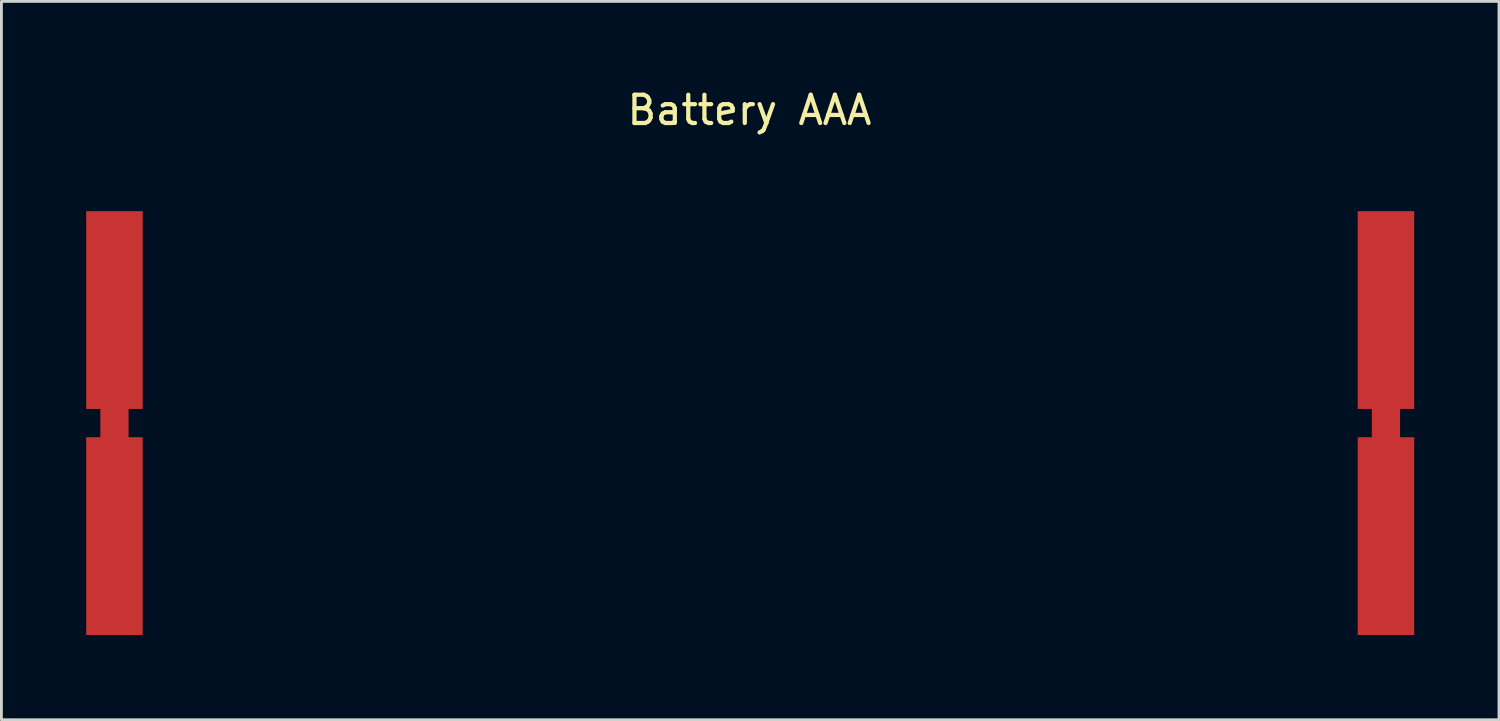
<source format=kicad_pcb>
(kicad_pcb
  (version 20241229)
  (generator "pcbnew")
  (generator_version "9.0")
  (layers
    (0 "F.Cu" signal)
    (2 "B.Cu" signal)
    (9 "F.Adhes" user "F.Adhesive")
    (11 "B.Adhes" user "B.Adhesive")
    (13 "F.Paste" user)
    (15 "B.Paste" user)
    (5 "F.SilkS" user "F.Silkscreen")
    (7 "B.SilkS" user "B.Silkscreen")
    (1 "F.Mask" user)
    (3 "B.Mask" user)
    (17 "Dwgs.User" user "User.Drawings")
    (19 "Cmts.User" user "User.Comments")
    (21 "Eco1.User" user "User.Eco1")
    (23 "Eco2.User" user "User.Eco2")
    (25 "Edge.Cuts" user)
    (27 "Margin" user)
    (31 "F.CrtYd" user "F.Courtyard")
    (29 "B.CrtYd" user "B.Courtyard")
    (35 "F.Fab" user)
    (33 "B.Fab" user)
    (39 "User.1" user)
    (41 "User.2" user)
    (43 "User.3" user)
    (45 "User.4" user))
  (footprint "Battery AAA"
    (layer "F.Cu")
    (at 23.5 11.923)
    (property "Reference" "Battery AAA" (at -0.025 -11.075 0) (unlocked yes) (layer "F.SilkS") (effects (font (size 1 1) (thickness 0.15))))
    (attr smd)
    (pad "1" smd custom (at -22.5 0) (size 0.001 0.001) (layers "F.Cu" "F.Mask" "F.Paste") (options (anchor rect)) (primitives (gr_poly (pts (xy -1 -7.5) (xy -1 -0.5) (xy -0.5 -0.5) (xy -0.5 0.5) (xy -1 0.5) (xy -1 7.5) (xy 1 7.5) (xy 1 0.5) (xy 0.5 0.5) (xy 0.5 -0.5) (xy 1 -0.5) (xy 1 -7.5)) (width 0) (fill yes))))
    (pad "2" smd custom (at 22.5 0) (size 0.001 0.001) (layers "F.Cu" "F.Mask" "F.Paste") (options (anchor rect)) (primitives (gr_poly (pts (xy -1 -7.5) (xy -1 -0.5) (xy -0.5 -0.5) (xy -0.5 0.5) (xy -1 0.5) (xy -1 7.5) (xy 1 7.5) (xy 1 0.5) (xy 0.5 0.5) (xy 0.5 -0.5) (xy 1 -0.5) (xy 1 -7.5)) (width 0) (fill yes)))))
  (gr_rect
    (start -3 -3)
    (end 50 22.423)
    (stroke (width 0.1) (type default))
    (fill no)
    (layer "Edge.Cuts")))
</source>
